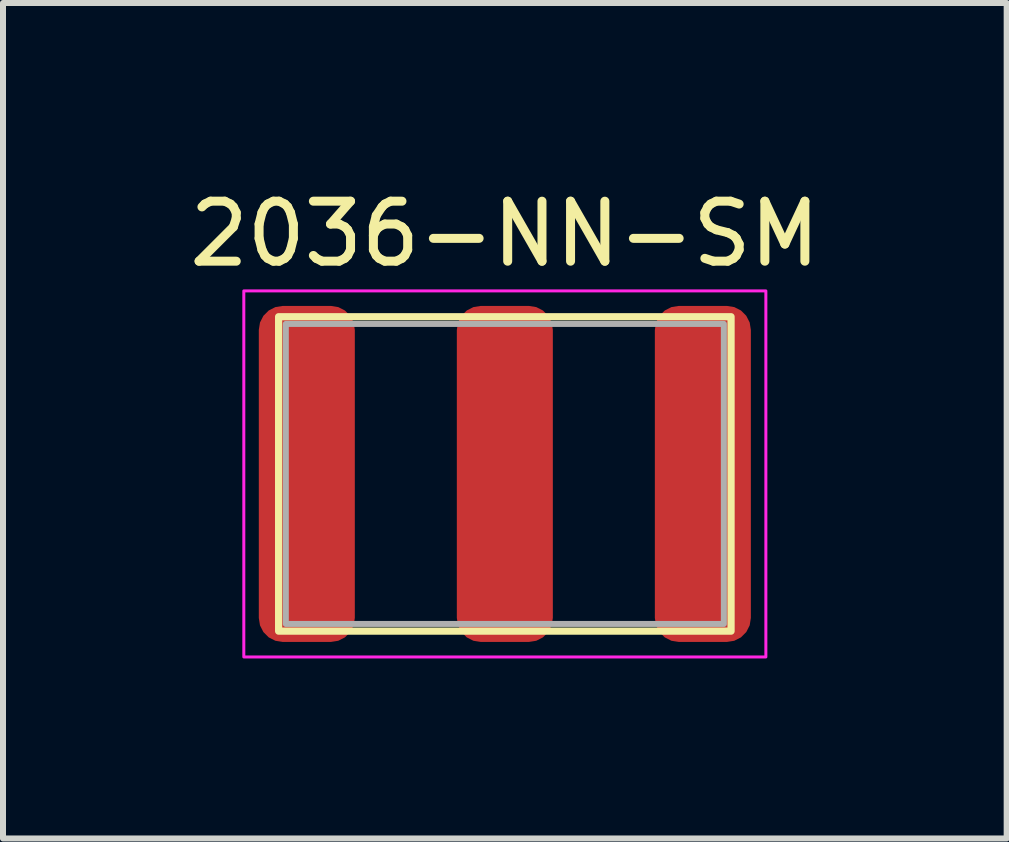
<source format=kicad_pcb>
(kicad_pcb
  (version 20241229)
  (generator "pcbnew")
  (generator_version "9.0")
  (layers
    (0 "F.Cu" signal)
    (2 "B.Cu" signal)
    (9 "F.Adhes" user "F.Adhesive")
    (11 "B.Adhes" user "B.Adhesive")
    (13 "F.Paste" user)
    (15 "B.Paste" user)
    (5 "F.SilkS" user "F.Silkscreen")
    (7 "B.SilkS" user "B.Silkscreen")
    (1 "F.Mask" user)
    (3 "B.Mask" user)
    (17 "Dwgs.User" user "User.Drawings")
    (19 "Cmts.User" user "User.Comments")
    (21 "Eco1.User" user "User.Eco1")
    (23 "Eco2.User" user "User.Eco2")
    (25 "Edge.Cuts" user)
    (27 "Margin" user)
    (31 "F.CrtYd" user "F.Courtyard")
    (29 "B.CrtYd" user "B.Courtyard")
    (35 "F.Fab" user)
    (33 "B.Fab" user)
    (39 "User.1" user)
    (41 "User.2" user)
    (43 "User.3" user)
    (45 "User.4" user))
  (footprint "2036-NN-SM"
    (layer "F.Cu")
    (at 5.363 4.848)
    (property "Reference" "2036-NN-SM" (at 0 -4 0) (unlocked yes) (layer "F.SilkS") (effects (font (size 1 1) (thickness 0.15))))
    (attr smd)
    (fp_rect (start -3.77 -2.62) (end 3.77 2.62) (stroke (width 0.12) (type solid)) (fill no) (layer "F.SilkS"))
    (fp_rect (start -4.35 -3.05) (end 4.35 3.05) (stroke (width 0.05) (type solid)) (fill no) (layer "F.CrtYd"))
    (fp_rect (start -3.65 -2.5) (end 3.65 2.5) (stroke (width 0.1) (type solid)) (fill no) (layer "F.Fab"))
    (pad "1" smd roundrect (at -3.3 0) (size 1.6 5.6) (layers "F.Cu" "F.Mask" "F.Paste") (roundrect_rratio 0.25))
    (pad "2" smd roundrect (at 0 0) (size 1.6 5.6) (layers "F.Cu" "F.Mask" "F.Paste") (roundrect_rratio 0.25))
    (pad "3" smd roundrect (at 3.3 0) (size 1.6 5.6) (layers "F.Cu" "F.Mask" "F.Paste") (roundrect_rratio 0.25)))
  (gr_rect
    (start -3 -3)
    (end 13.726 10.923)
    (stroke (width 0.1) (type default))
    (fill no)
    (layer "Edge.Cuts")))
</source>
